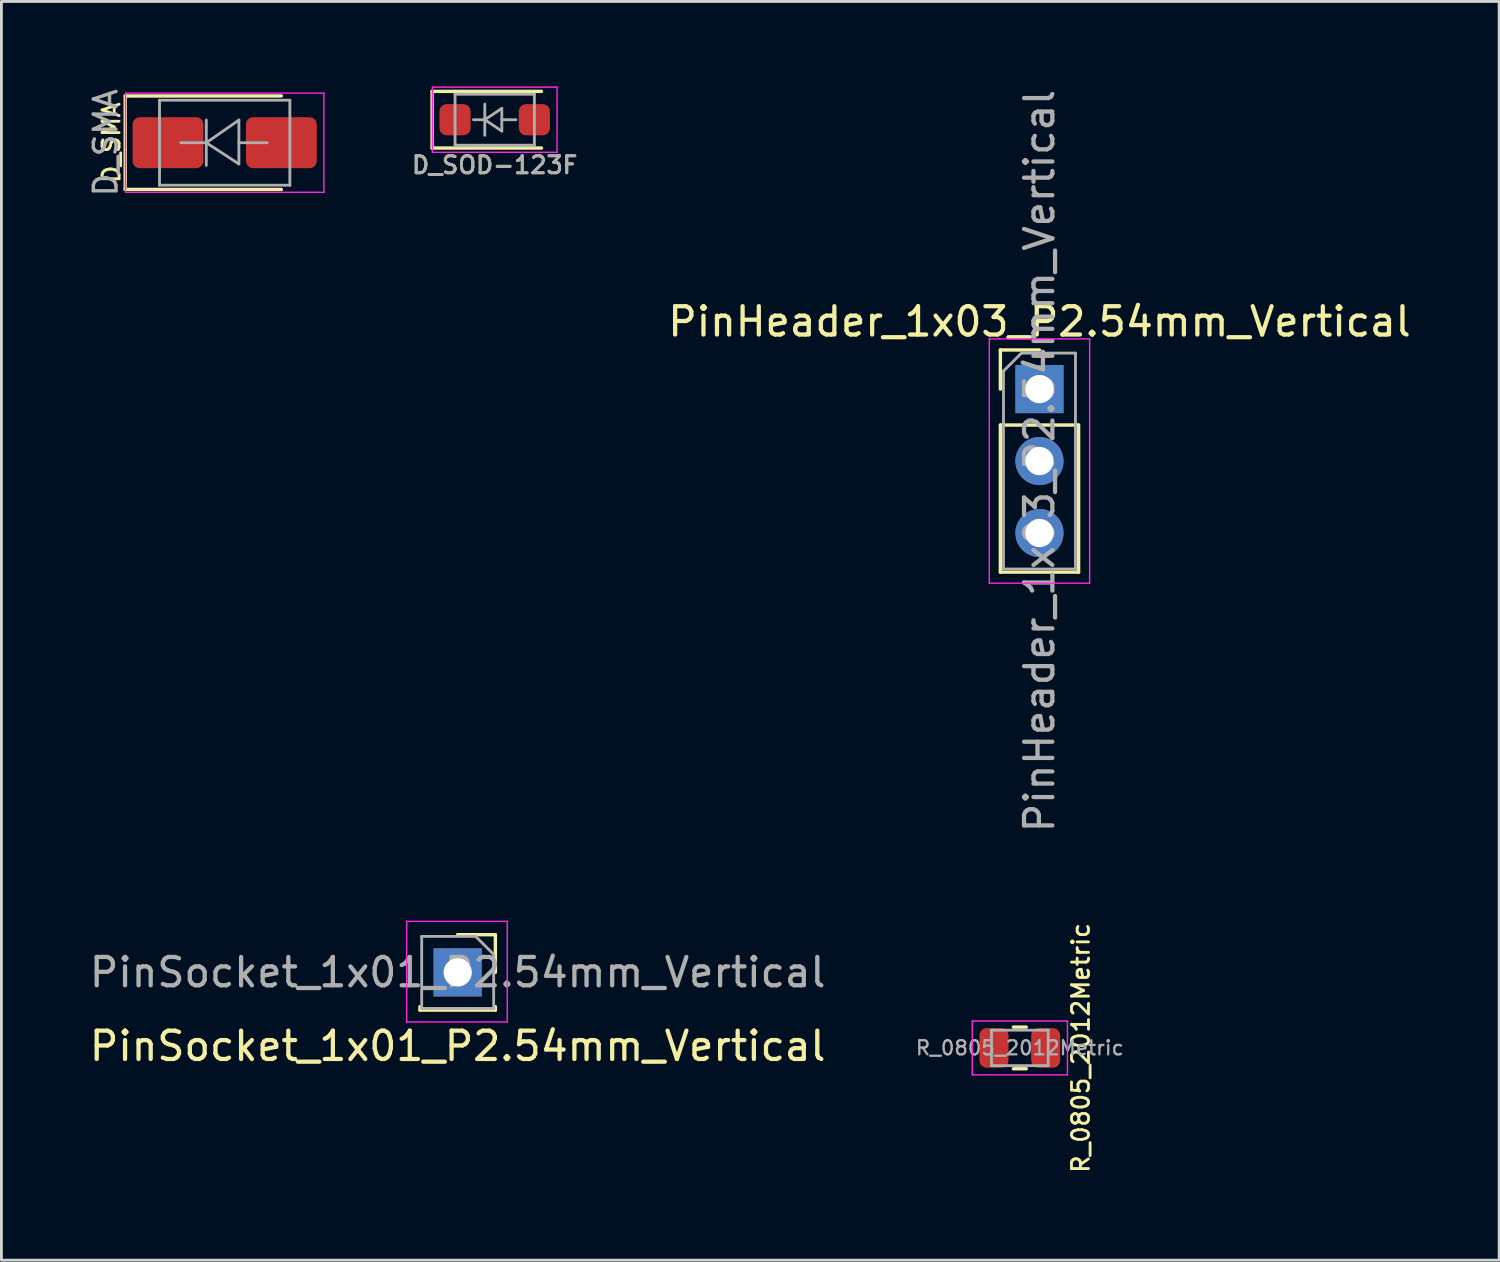
<source format=kicad_pcb>
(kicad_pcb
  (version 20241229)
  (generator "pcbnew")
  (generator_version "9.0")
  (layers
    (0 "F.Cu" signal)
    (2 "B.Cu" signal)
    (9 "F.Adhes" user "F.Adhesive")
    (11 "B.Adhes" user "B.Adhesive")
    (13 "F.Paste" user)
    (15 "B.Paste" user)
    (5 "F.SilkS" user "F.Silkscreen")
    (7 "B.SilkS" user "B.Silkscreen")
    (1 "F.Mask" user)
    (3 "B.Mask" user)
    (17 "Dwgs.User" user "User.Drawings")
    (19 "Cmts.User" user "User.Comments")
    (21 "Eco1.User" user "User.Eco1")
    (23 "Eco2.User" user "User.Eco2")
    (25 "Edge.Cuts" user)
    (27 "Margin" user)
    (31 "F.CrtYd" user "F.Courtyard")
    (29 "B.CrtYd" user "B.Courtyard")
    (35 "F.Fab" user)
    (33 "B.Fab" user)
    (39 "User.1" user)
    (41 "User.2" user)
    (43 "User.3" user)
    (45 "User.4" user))
  (footprint "PinHeader_1x03_P2.54mm_Vertical"
    (layer "F.Cu")
    (at 33.632 10.68)
    (property "Reference" "PinHeader_1x03_P2.54mm_Vertical" (at 0 -2.38 0) (layer "F.SilkS") (effects (font (size 1 1) (thickness 0.15))))
    (attr through_hole exclude_from_bom)
    (fp_line (start -1.38 -1.38) (end 0 -1.38) (stroke (width 0.12) (type solid)) (layer "F.SilkS"))
    (fp_line (start -1.38 0) (end -1.38 -1.38) (stroke (width 0.12) (type solid)) (layer "F.SilkS"))
    (fp_line (start -1.38 1.27) (end -1.38 6.46) (stroke (width 0.12) (type solid)) (layer "F.SilkS"))
    (fp_line (start -1.38 1.27) (end 1.38 1.27) (stroke (width 0.12) (type solid)) (layer "F.SilkS"))
    (fp_line (start -1.38 6.46) (end 1.38 6.46) (stroke (width 0.12) (type solid)) (layer "F.SilkS"))
    (fp_line (start 1.38 1.27) (end 1.38 6.46) (stroke (width 0.12) (type solid)) (layer "F.SilkS"))
    (fp_line (start -1.77 -1.77) (end -1.77 6.85) (stroke (width 0.05) (type solid)) (layer "F.CrtYd"))
    (fp_line (start -1.77 6.85) (end 1.77 6.85) (stroke (width 0.05) (type solid)) (layer "F.CrtYd"))
    (fp_line (start 1.77 -1.77) (end -1.77 -1.77) (stroke (width 0.05) (type solid)) (layer "F.CrtYd"))
    (fp_line (start 1.77 6.85) (end 1.77 -1.77) (stroke (width 0.05) (type solid)) (layer "F.CrtYd"))
    (fp_line (start -1.27 -0.635) (end -0.635 -1.27) (stroke (width 0.1) (type solid)) (layer "F.Fab"))
    (fp_line (start -1.27 6.35) (end -1.27 -0.635) (stroke (width 0.1) (type solid)) (layer "F.Fab"))
    (fp_line (start -0.635 -1.27) (end 1.27 -1.27) (stroke (width 0.1) (type solid)) (layer "F.Fab"))
    (fp_line (start 1.27 -1.27) (end 1.27 6.35) (stroke (width 0.1) (type solid)) (layer "F.Fab"))
    (fp_line (start 1.27 6.35) (end -1.27 6.35) (stroke (width 0.1) (type solid)) (layer "F.Fab"))
    (fp_text user "${REFERENCE}" (at 0 2.54 270) (layer "F.Fab") (effects (font (size 1 1) (thickness 0.15))))
    (pad "1" thru_hole rect (at 0 0) (size 1.7 1.7) (drill 1) (layers "*.Cu" "*.Mask"))
    (pad "2" thru_hole circle (at 0 2.54) (size 1.7 1.7) (drill 1) (layers "*.Cu" "*.Mask"))
    (pad "3" thru_hole circle (at 0 5.08) (size 1.7 1.7) (drill 1) (layers "*.Cu" "*.Mask")))
  (footprint "PinSocket_1x01_P2.54mm_Vertical"
    (layer "F.Cu")
    (at 13.101 31.265)
    (property "Reference" "PinSocket_1x01_P2.54mm_Vertical" (at 0 2.6 0) (layer "F.SilkS") (effects (font (size 1 1) (thickness 0.15))))
    (attr through_hole)
    (fp_line (start -1.33 1.21) (end -1.33 1.33) (stroke (width 0.12) (type solid)) (layer "F.SilkS"))
    (fp_line (start -1.33 1.33) (end 1.33 1.33) (stroke (width 0.12) (type solid)) (layer "F.SilkS"))
    (fp_line (start 0 -1.33) (end 1.33 -1.33) (stroke (width 0.12) (type solid)) (layer "F.SilkS"))
    (fp_line (start 1.33 -1.33) (end 1.33 0) (stroke (width 0.12) (type solid)) (layer "F.SilkS"))
    (fp_line (start 1.33 1.21) (end 1.33 1.33) (stroke (width 0.12) (type solid)) (layer "F.SilkS"))
    (fp_line (start -1.8 -1.8) (end 1.75 -1.8) (stroke (width 0.05) (type solid)) (layer "F.CrtYd"))
    (fp_line (start -1.8 1.75) (end -1.8 -1.8) (stroke (width 0.05) (type solid)) (layer "F.CrtYd"))
    (fp_line (start 1.75 -1.8) (end 1.75 1.75) (stroke (width 0.05) (type solid)) (layer "F.CrtYd"))
    (fp_line (start 1.75 1.75) (end -1.8 1.75) (stroke (width 0.05) (type solid)) (layer "F.CrtYd"))
    (fp_line (start -1.27 -1.27) (end 0.635 -1.27) (stroke (width 0.1) (type solid)) (layer "F.Fab"))
    (fp_line (start -1.27 1.27) (end -1.27 -1.27) (stroke (width 0.1) (type solid)) (layer "F.Fab"))
    (fp_line (start 0.635 -1.27) (end 1.27 -0.635) (stroke (width 0.1) (type solid)) (layer "F.Fab"))
    (fp_line (start 1.27 -0.635) (end 1.27 1.27) (stroke (width 0.1) (type solid)) (layer "F.Fab"))
    (fp_line (start 1.27 1.27) (end -1.27 1.27) (stroke (width 0.1) (type solid)) (layer "F.Fab"))
    (fp_text user "${REFERENCE}" (at 0 0 0) (layer "F.Fab") (effects (font (size 1 1) (thickness 0.15))))
    (pad "1" thru_hole rect (at 0 0) (size 1.7 1.7) (drill 1) (layers "*.Cu" "*.Mask")))
  (footprint "D_SOD-123F"
    (layer "F.Cu")
    (at 14.408 1.175)
    (property "Reference" "D_SOD-123F" (at 0 1.6 0) (layer "F.SilkS") (effects (font (size 0.6 0.6) (thickness 0.1))))
    (attr smd)
    (fp_line (start -2.21 -1) (end -2.21 1) (stroke (width 0.12) (type solid)) (layer "F.SilkS"))
    (fp_line (start -2.21 -1) (end 1.65 -1) (stroke (width 0.12) (type solid)) (layer "F.SilkS"))
    (fp_line (start -2.21 1) (end 1.65 1) (stroke (width 0.12) (type solid)) (layer "F.SilkS"))
    (fp_line (start -2.2 -1.15) (end -2.2 1.15) (stroke (width 0.05) (type solid)) (layer "F.CrtYd"))
    (fp_line (start -2.2 -1.15) (end 2.2 -1.15) (stroke (width 0.05) (type solid)) (layer "F.CrtYd"))
    (fp_line (start 2.2 -1.15) (end 2.2 1.15) (stroke (width 0.05) (type solid)) (layer "F.CrtYd"))
    (fp_line (start 2.2 1.15) (end -2.2 1.15) (stroke (width 0.05) (type solid)) (layer "F.CrtYd"))
    (fp_line (start -1.4 -0.9) (end 1.4 -0.9) (stroke (width 0.1) (type solid)) (layer "F.Fab"))
    (fp_line (start -1.4 0.9) (end -1.4 -0.9) (stroke (width 0.1) (type solid)) (layer "F.Fab"))
    (fp_line (start -0.75 0) (end -0.35 0) (stroke (width 0.1) (type solid)) (layer "F.Fab"))
    (fp_line (start -0.35 0) (end -0.35 -0.55) (stroke (width 0.1) (type solid)) (layer "F.Fab"))
    (fp_line (start -0.35 0) (end -0.35 0.55) (stroke (width 0.1) (type solid)) (layer "F.Fab"))
    (fp_line (start -0.35 0) (end 0.25 -0.4) (stroke (width 0.1) (type solid)) (layer "F.Fab"))
    (fp_line (start 0.25 -0.4) (end 0.25 0.4) (stroke (width 0.1) (type solid)) (layer "F.Fab"))
    (fp_line (start 0.25 0) (end 0.75 0) (stroke (width 0.1) (type solid)) (layer "F.Fab"))
    (fp_line (start 0.25 0.4) (end -0.35 0) (stroke (width 0.1) (type solid)) (layer "F.Fab"))
    (fp_line (start 1.4 -0.9) (end 1.4 0.9) (stroke (width 0.1) (type solid)) (layer "F.Fab"))
    (fp_line (start 1.4 0.9) (end -1.4 0.9) (stroke (width 0.1) (type solid)) (layer "F.Fab"))
    (fp_text user "${REFERENCE}" (at 0 1.6 0) (layer "F.Fab") (effects (font (size 0.6 0.6) (thickness 0.1))))
    (pad "1" smd roundrect (at -1.4 0) (size 1.1 1.1) (layers "F.Cu" "F.Mask" "F.Paste") (roundrect_rratio 0.227))
    (pad "2" smd roundrect (at 1.4 0) (size 1.1 1.1) (layers "F.Cu" "F.Mask" "F.Paste") (roundrect_rratio 0.227)))
  (footprint "R_0805_2012Metric"
    (layer "F.Cu")
    (at 32.939 33.93)
    (property "Reference" "R_0805_2012Metric" (at 2.15 0 90) (layer "F.SilkS") (effects (font (size 0.6 0.6) (thickness 0.1))))
    (attr smd)
    (fp_line (start -0.227 -0.735) (end 0.227 -0.735) (stroke (width 0.12) (type solid)) (layer "F.SilkS"))
    (fp_line (start -0.227 0.735) (end 0.227 0.735) (stroke (width 0.12) (type solid)) (layer "F.SilkS"))
    (fp_line (start -1.68 -0.95) (end 1.68 -0.95) (stroke (width 0.05) (type solid)) (layer "F.CrtYd"))
    (fp_line (start -1.68 0.95) (end -1.68 -0.95) (stroke (width 0.05) (type solid)) (layer "F.CrtYd"))
    (fp_line (start 1.68 -0.95) (end 1.68 0.95) (stroke (width 0.05) (type solid)) (layer "F.CrtYd"))
    (fp_line (start 1.68 0.95) (end -1.68 0.95) (stroke (width 0.05) (type solid)) (layer "F.CrtYd"))
    (fp_line (start -1 -0.625) (end 1 -0.625) (stroke (width 0.1) (type solid)) (layer "F.Fab"))
    (fp_line (start -1 0.625) (end -1 -0.625) (stroke (width 0.1) (type solid)) (layer "F.Fab"))
    (fp_line (start 1 -0.625) (end 1 0.625) (stroke (width 0.1) (type solid)) (layer "F.Fab"))
    (fp_line (start 1 0.625) (end -1 0.625) (stroke (width 0.1) (type solid)) (layer "F.Fab"))
    (fp_text user "${REFERENCE}" (at 0 0 0) (layer "F.Fab") (effects (font (size 0.5 0.5) (thickness 0.08))))
    (pad "1" smd roundrect (at -0.912 0) (size 1.025 1.4) (layers "F.Cu" "F.Mask" "F.Paste") (roundrect_rratio 0.244))
    (pad "2" smd roundrect (at 0.912 0) (size 1.025 1.4) (layers "F.Cu" "F.Mask" "F.Paste") (roundrect_rratio 0.244)))
  (footprint "D_SMA"
    (layer "F.Cu")
    (at 4.879 1.986)
    (property "Reference" "D_SMA" (at -4 0 90) (layer "F.SilkS") (effects (font (size 0.6 0.6) (thickness 0.1))))
    (attr smd)
    (fp_line (start -3.51 -1.65) (end -3.51 1.65) (stroke (width 0.12) (type solid)) (layer "F.SilkS"))
    (fp_line (start -3.51 -1.65) (end 2 -1.65) (stroke (width 0.12) (type solid)) (layer "F.SilkS"))
    (fp_line (start -3.51 1.65) (end 2 1.65) (stroke (width 0.12) (type solid)) (layer "F.SilkS"))
    (fp_line (start -3.5 -1.75) (end 3.5 -1.75) (stroke (width 0.05) (type solid)) (layer "F.CrtYd"))
    (fp_line (start -3.5 1.75) (end -3.5 -1.75) (stroke (width 0.05) (type solid)) (layer "F.CrtYd"))
    (fp_line (start 3.5 -1.75) (end 3.5 1.75) (stroke (width 0.05) (type solid)) (layer "F.CrtYd"))
    (fp_line (start 3.5 1.75) (end -3.5 1.75) (stroke (width 0.05) (type solid)) (layer "F.CrtYd"))
    (fp_line (start -2.3 1.5) (end -2.3 -1.5) (stroke (width 0.1) (type solid)) (layer "F.Fab"))
    (fp_line (start -0.649 -0.799) (end -0.649 0.801) (stroke (width 0.1) (type solid)) (layer "F.Fab"))
    (fp_line (start -0.649 0.001) (end -1.551 0.001) (stroke (width 0.1) (type solid)) (layer "F.Fab"))
    (fp_line (start -0.649 0.001) (end 0.501 -0.799) (stroke (width 0.1) (type solid)) (layer "F.Fab"))
    (fp_line (start -0.649 0.001) (end 0.501 0.75) (stroke (width 0.1) (type solid)) (layer "F.Fab"))
    (fp_line (start 0.501 0.001) (end 1.499 0.001) (stroke (width 0.1) (type solid)) (layer "F.Fab"))
    (fp_line (start 0.501 0.75) (end 0.501 -0.799) (stroke (width 0.1) (type solid)) (layer "F.Fab"))
    (fp_line (start 2.3 -1.5) (end -2.3 -1.5) (stroke (width 0.1) (type solid)) (layer "F.Fab"))
    (fp_line (start 2.3 -1.5) (end 2.3 1.5) (stroke (width 0.1) (type solid)) (layer "F.Fab"))
    (fp_line (start 2.3 1.5) (end -2.3 1.5) (stroke (width 0.1) (type solid)) (layer "F.Fab"))
    (fp_text user "${REFERENCE}" (at -4.2 0 90) (layer "F.Fab") (effects (font (size 0.8 0.8) (thickness 0.12))))
    (pad "1" smd roundrect (at -2 0) (size 2.5 1.8) (layers "F.Cu" "F.Mask" "F.Paste") (roundrect_rratio 0.139))
    (pad "2" smd roundrect (at 2 0) (size 2.5 1.8) (layers "F.Cu" "F.Mask" "F.Paste") (roundrect_rratio 0.139)))
  (gr_rect
    (start -3 -3)
    (end 49.853 41.42)
    (stroke (width 0.1) (type default))
    (fill no)
    (layer "Edge.Cuts")))
</source>
